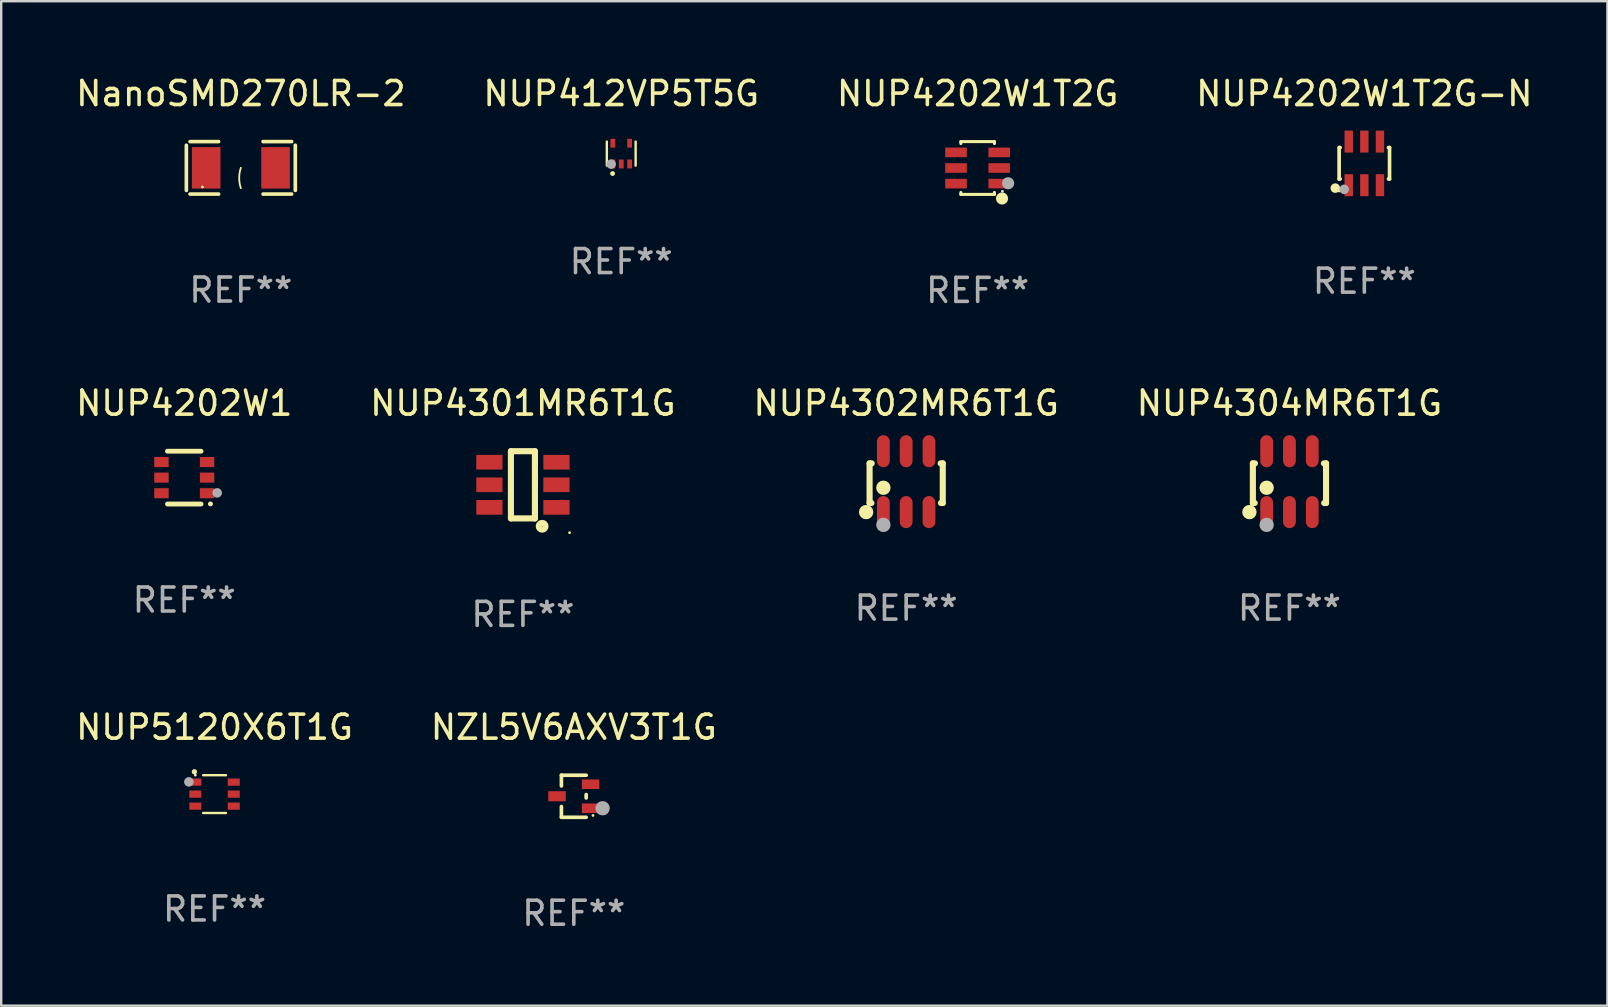
<source format=kicad_pcb>
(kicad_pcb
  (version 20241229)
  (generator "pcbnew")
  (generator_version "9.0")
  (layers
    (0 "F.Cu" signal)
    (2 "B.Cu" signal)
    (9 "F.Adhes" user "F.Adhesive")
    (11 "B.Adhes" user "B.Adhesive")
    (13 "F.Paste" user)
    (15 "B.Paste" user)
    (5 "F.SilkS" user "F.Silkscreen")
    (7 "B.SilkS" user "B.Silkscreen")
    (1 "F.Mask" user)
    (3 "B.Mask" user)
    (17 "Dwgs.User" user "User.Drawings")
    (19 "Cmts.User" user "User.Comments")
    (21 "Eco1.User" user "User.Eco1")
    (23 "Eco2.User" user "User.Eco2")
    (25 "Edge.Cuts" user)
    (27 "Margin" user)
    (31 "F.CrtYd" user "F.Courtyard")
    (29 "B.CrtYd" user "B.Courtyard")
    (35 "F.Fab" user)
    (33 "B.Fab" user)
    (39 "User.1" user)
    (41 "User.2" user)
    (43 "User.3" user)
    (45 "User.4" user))
  (footprint "NUP4202W1"
    (layer "F.Cu")
    (at 4.625 16.845)
    (property "Reference" "NUP4202W1" (at 0 -3.1 0) (layer "F.SilkS") (effects (font (size 1 1) (thickness 0.15))))
    (attr through_hole)
    (fp_line (start -0.7 -1.1) (end 0.7 -1.1) (stroke (width 0.2) (type solid)) (layer "F.SilkS"))
    (fp_line (start -0.7 1.1) (end 0.7 1.1) (stroke (width 0.2) (type solid)) (layer "F.SilkS"))
    (fp_arc (start 1.090932 1.094209) (mid 1.092202 1.094203) (end 1.093472 1.094209) (stroke (width 0.2) (type solid)) (layer "F.SilkS"))
    (fp_circle (center 1.053 1.1) (end 1.083 1.1) (stroke (width 0.06) (type solid)) (fill no) (layer "F.SilkS"))
    (fp_circle (center 1.372 0.635) (end 1.472 0.635) (stroke (width 0.2) (type solid)) (fill no) (layer "F.Fab"))
    (fp_text user "REF**" (at 0 5.1 0) (layer "F.Fab") (effects (font (size 1 1) (thickness 0.15))))
    (pad "1" smd rect (at 0.95 0.65 90) (size 0.42 0.6) (layers "F.Cu" "F.Mask" "F.Paste"))
    (pad "2" smd rect (at 0.95 0 90) (size 0.42 0.6) (layers "F.Cu" "F.Mask" "F.Paste"))
    (pad "3" smd rect (at 0.95 -0.65 90) (size 0.42 0.6) (layers "F.Cu" "F.Mask" "F.Paste"))
    (pad "4" smd rect (at -0.95 -0.65 270) (size 0.42 0.6) (layers "F.Cu" "F.Mask" "F.Paste"))
    (pad "5" smd rect (at -0.95 0 270) (size 0.42 0.6) (layers "F.Cu" "F.Mask" "F.Paste"))
    (pad "6" smd rect (at -0.95 0.65 270) (size 0.42 0.6) (layers "F.Cu" "F.Mask" "F.Paste")))
  (footprint "NUP4202W1T2G"
    (layer "F.Cu")
    (at 37.673 3.948)
    (property "Reference" "NUP4202W1T2G" (at 0 -3.1 0) (layer "F.SilkS") (effects (font (size 1 1) (thickness 0.15))))
    (attr through_hole)
    (fp_line (start -0.7 -1.018) (end -0.7 -1.1) (stroke (width 0.127) (type solid)) (layer "F.SilkS"))
    (fp_line (start -0.7 1.1) (end -0.7 1.018) (stroke (width 0.127) (type solid)) (layer "F.SilkS"))
    (fp_line (start 0.7 -1.1) (end -0.7 -1.1) (stroke (width 0.127) (type solid)) (layer "F.SilkS"))
    (fp_line (start 0.7 -1.018) (end 0.7 -1.1) (stroke (width 0.127) (type solid)) (layer "F.SilkS"))
    (fp_line (start 0.7 1.1) (end -0.7 1.1) (stroke (width 0.127) (type solid)) (layer "F.SilkS"))
    (fp_line (start 0.7 1.1) (end 0.7 1.018) (stroke (width 0.127) (type solid)) (layer "F.SilkS"))
    (fp_circle (center 1.016 1.27) (end 1.143 1.27) (stroke (width 0.254) (type solid)) (fill no) (layer "F.SilkS"))
    (fp_circle (center 1.032 0.97) (end 1.062 0.97) (stroke (width 0.06) (type solid)) (fill no) (layer "F.SilkS"))
    (fp_circle (center 1.27 0.635) (end 1.397 0.635) (stroke (width 0.254) (type solid)) (fill no) (layer "F.Fab"))
    (fp_text user "REF**" (at 0 5.1 0) (layer "F.Fab") (effects (font (size 1 1) (thickness 0.15))))
    (pad "1" smd rect (at 0.9 0.65 90) (size 0.4 0.9) (layers "F.Cu" "F.Mask" "F.Paste"))
    (pad "2" smd rect (at 0.9 -0.000102 90) (size 0.4 0.9) (layers "F.Cu" "F.Mask" "F.Paste"))
    (pad "3" smd rect (at 0.9 -0.65 90) (size 0.4 0.9) (layers "F.Cu" "F.Mask" "F.Paste"))
    (pad "4" smd rect (at -0.9 -0.65 90) (size 0.4 0.9) (layers "F.Cu" "F.Mask" "F.Paste"))
    (pad "5" smd rect (at -0.9 -0.000102 90) (size 0.4 0.9) (layers "F.Cu" "F.Mask" "F.Paste"))
    (pad "6" smd rect (at -0.9 0.65 90) (size 0.4 0.9) (layers "F.Cu" "F.Mask" "F.Paste")))
  (footprint "NUP4202W1T2G-N"
    (layer "F.Cu")
    (at 53.78 3.756)
    (property "Reference" "NUP4202W1T2G-N" (at 0 -2.908 0) (layer "F.SilkS") (effects (font (size 1 1) (thickness 0.15))))
    (attr through_hole)
    (fp_line (start -1.05 -0.66) (end -1.05 0.65) (stroke (width 0.152) (type solid)) (layer "F.SilkS"))
    (fp_line (start -1.05 0.65) (end -1.005 0.65) (stroke (width 0.152) (type solid)) (layer "F.SilkS"))
    (fp_line (start -1.005 -0.66) (end -1.04 -0.66) (stroke (width 0.152) (type solid)) (layer "F.SilkS"))
    (fp_line (start 1.005 0.65) (end 1.05 0.65) (stroke (width 0.152) (type solid)) (layer "F.SilkS"))
    (fp_line (start 1.05 -0.66) (end 1.005 -0.66) (stroke (width 0.152) (type solid)) (layer "F.SilkS"))
    (fp_line (start 1.05 0.65) (end 1.05 -0.66) (stroke (width 0.152) (type solid)) (layer "F.SilkS"))
    (fp_circle (center -1.21 1.03) (end -1.11 1.03) (stroke (width 0.2) (type solid)) (fill no) (layer "F.SilkS"))
    (fp_circle (center -1.05 1.15) (end -1.02 1.15) (stroke (width 0.06) (type solid)) (fill no) (layer "F.SilkS"))
    (fp_circle (center -0.84 1.08) (end -0.74 1.08) (stroke (width 0.2) (type solid)) (fill no) (layer "F.Fab"))
    (fp_text user "REF**" (at 0 4.908 0) (layer "F.Fab") (effects (font (size 1 1) (thickness 0.15))))
    (pad "1" smd rect (at -0.65 0.908) (size 0.35 0.916) (layers "F.Cu" "F.Mask" "F.Paste"))
    (pad "2" smd rect (at -0.000013 0.908) (size 0.35 0.916) (layers "F.Cu" "F.Mask" "F.Paste"))
    (pad "3" smd rect (at 0.65 0.908) (size 0.35 0.916) (layers "F.Cu" "F.Mask" "F.Paste"))
    (pad "4" smd rect (at 0.65 -0.908) (size 0.35 0.916) (layers "F.Cu" "F.Mask" "F.Paste"))
    (pad "5" smd rect (at -0.000013 -0.908) (size 0.35 0.916) (layers "F.Cu" "F.Mask" "F.Paste"))
    (pad "6" smd rect (at -0.65 -0.908) (size 0.35 0.916) (layers "F.Cu" "F.Mask" "F.Paste")))
  (footprint "NUP4301MR6T1G"
    (layer "F.Cu")
    (at 18.732 17.144)
    (property "Reference" "NUP4301MR6T1G" (at 0 -3.4 0) (layer "F.SilkS") (effects (font (size 1 1) (thickness 0.15))))
    (attr through_hole)
    (fp_line (start -0.5 -1.4) (end -0.5 1.4) (stroke (width 0.254) (type solid)) (layer "F.SilkS"))
    (fp_line (start -0.5 1.4) (end 0.5 1.4) (stroke (width 0.254) (type solid)) (layer "F.SilkS"))
    (fp_line (start 0.5 -1.4) (end -0.5 -1.4) (stroke (width 0.254) (type solid)) (layer "F.SilkS"))
    (fp_line (start 0.5 1.4) (end 0.5 -1.4) (stroke (width 0.254) (type solid)) (layer "F.SilkS"))
    (fp_circle (center 0.8 1.727) (end 0.941 1.727) (stroke (width 0.254) (type solid)) (fill no) (layer "F.SilkS"))
    (fp_circle (center 1.943 1.995) (end 1.973 1.995) (stroke (width 0.06) (type solid)) (fill no) (layer "F.SilkS"))
    (fp_text user "REF**" (at 0 5.4 0) (layer "F.Fab") (effects (font (size 1 1) (thickness 0.15))))
    (pad "1" smd rect (at 1.397 0.94 270) (size 0.61 1.092) (layers "F.Cu" "F.Mask" "F.Paste"))
    (pad "2" smd rect (at 1.397 0 270) (size 0.61 1.092) (layers "F.Cu" "F.Mask" "F.Paste"))
    (pad "3" smd rect (at 1.397 -0.94 270) (size 0.61 1.092) (layers "F.Cu" "F.Mask" "F.Paste"))
    (pad "4" smd rect (at -1.397 -0.94 270) (size 0.61 1.092) (layers "F.Cu" "F.Mask" "F.Paste"))
    (pad "5" smd rect (at -1.397 0 270) (size 0.61 1.092) (layers "F.Cu" "F.Mask" "F.Paste"))
    (pad "6" smd rect (at -1.397 0.94 270) (size 0.61 1.092) (layers "F.Cu" "F.Mask" "F.Paste")))
  (footprint "NUP412VP5T5G"
    (layer "F.Cu")
    (at 22.827 3.348)
    (property "Reference" "NUP412VP5T5G" (at 0 -2.5 0) (layer "F.SilkS") (effects (font (size 1 1) (thickness 0.15))))
    (attr through_hole)
    (fp_line (start -0.6 -0.5) (end -0.6 0.5) (stroke (width 0.1) (type solid)) (layer "F.SilkS"))
    (fp_line (start 0.6 -0.5) (end 0.6 0.5) (stroke (width 0.1) (type solid)) (layer "F.SilkS"))
    (fp_circle (center -0.5 0.494) (end -0.47 0.494) (stroke (width 0.06) (type solid)) (fill no) (layer "F.SilkS"))
    (fp_circle (center -0.36 0.83) (end -0.309 0.83) (stroke (width 0.1) (type solid)) (fill no) (layer "F.SilkS"))
    (fp_circle (center -0.419 0.439) (end -0.319 0.439) (stroke (width 0.2) (type solid)) (fill no) (layer "F.Fab"))
    (fp_text user "REF**" (at 0 4.5 0) (layer "F.Fab") (effects (font (size 1 1) (thickness 0.15))))
    (pad "1" smd rect (at -0.35 0.432 180) (size 0.2 0.37) (layers "F.Cu" "F.Mask" "F.Paste"))
    (pad "2" smd rect (at 0 0.432 180) (size 0.2 0.37) (layers "F.Cu" "F.Mask" "F.Paste"))
    (pad "3" smd rect (at 0.35 0.432 180) (size 0.2 0.37) (layers "F.Cu" "F.Mask" "F.Paste"))
    (pad "4" smd rect (at 0.35 -0.432 180) (size 0.2 0.37) (layers "F.Cu" "F.Mask" "F.Paste"))
    (pad "5" smd rect (at -0.35 -0.432 180) (size 0.2 0.37) (layers "F.Cu" "F.Mask" "F.Paste")))
  (footprint "NanoSMD270LR-2"
    (layer "F.Cu")
    (at 6.982 3.941)
    (property "Reference" "NanoSMD270LR-2" (at 0 -3.093 0) (layer "F.SilkS") (effects (font (size 1 1) (thickness 0.15))))
    (attr through_hole)
    (fp_line (start -2.269 -0.94) (end -2.269 0.94) (stroke (width 0.152) (type solid)) (layer "F.SilkS"))
    (fp_line (start -2.116 1.093) (end -0.926 1.093) (stroke (width 0.152) (type solid)) (layer "F.SilkS"))
    (fp_line (start -0.926 -1.093) (end -2.116 -1.093) (stroke (width 0.152) (type solid)) (layer "F.SilkS"))
    (fp_line (start 0.926 -1.093) (end 2.116 -1.093) (stroke (width 0.152) (type solid)) (layer "F.SilkS"))
    (fp_line (start 2.116 1.093) (end 0.926 1.093) (stroke (width 0.152) (type solid)) (layer "F.SilkS"))
    (fp_line (start 2.269 -0.94) (end 2.269 0.94) (stroke (width 0.152) (type solid)) (layer "F.SilkS"))
    (fp_arc (start 0 0.844951) (mid -0.068559 0.422475) (end 0 0) (stroke (width 0.0762) (type solid)) (layer "F.SilkS"))
    (fp_circle (center -1.6 0.8) (end -1.57 0.8) (stroke (width 0.06) (type solid)) (fill no) (layer "F.SilkS"))
    (fp_text user "REF**" (at 0 5.093 0) (layer "F.Fab") (effects (font (size 1 1) (thickness 0.15))))
    (pad "1" smd rect (at -1.445 0) (size 1.19 1.728) (layers "F.Cu" "F.Mask" "F.Paste"))
    (pad "2" smd rect (at 1.445 0) (size 1.19 1.728) (layers "F.Cu" "F.Mask" "F.Paste")))
  (footprint "NUP4302MR6T1G"
    (layer "F.Cu")
    (at 34.696 17.013)
    (property "Reference" "NUP4302MR6T1G" (at 0 -3.268 0) (layer "F.SilkS") (effects (font (size 1 1) (thickness 0.15))))
    (attr through_hole)
    (fp_line (start -1.524 -0.762) (end -1.524 0.889) (stroke (width 0.254) (type solid)) (layer "F.SilkS"))
    (fp_line (start -1.524 0.889) (end -1.447 0.889) (stroke (width 0.254) (type solid)) (layer "F.SilkS"))
    (fp_line (start -1.436 -0.762) (end -1.524 -0.762) (stroke (width 0.254) (type solid)) (layer "F.SilkS"))
    (fp_line (start 1.447 0.889) (end 1.524 0.889) (stroke (width 0.254) (type solid)) (layer "F.SilkS"))
    (fp_line (start 1.524 -0.762) (end 1.436 -0.762) (stroke (width 0.254) (type solid)) (layer "F.SilkS"))
    (fp_line (start 1.524 0.889) (end 1.524 -0.762) (stroke (width 0.254) (type solid)) (layer "F.SilkS"))
    (fp_circle (center -1.668 1.268) (end -1.518 1.268) (stroke (width 0.3) (type solid)) (fill no) (layer "F.SilkS"))
    (fp_circle (center -1.5 1.375) (end -1.47 1.375) (stroke (width 0.06) (type solid)) (fill no) (layer "F.SilkS"))
    (fp_circle (center -0.95 0.254) (end -0.8 0.254) (stroke (width 0.3) (type solid)) (fill no) (layer "F.SilkS"))
    (fp_circle (center -0.95 1.8) (end -0.8 1.8) (stroke (width 0.3) (type solid)) (fill no) (layer "F.Fab"))
    (fp_text user "REF**" (at 0 5.268 0) (layer "F.Fab") (effects (font (size 1 1) (thickness 0.15))))
    (pad "1" smd oval (at -0.95 1.268) (size 0.532 1.336) (layers "F.Cu" "F.Mask" "F.Paste"))
    (pad "2" smd oval (at 0 1.268) (size 0.532 1.336) (layers "F.Cu" "F.Mask" "F.Paste"))
    (pad "3" smd oval (at 0.95 1.268) (size 0.532 1.336) (layers "F.Cu" "F.Mask" "F.Paste"))
    (pad "4" smd oval (at 0.95 -1.268) (size 0.532 1.336) (layers "F.Cu" "F.Mask" "F.Paste"))
    (pad "5" smd oval (at 0 -1.268) (size 0.532 1.336) (layers "F.Cu" "F.Mask" "F.Paste"))
    (pad "6" smd oval (at -0.95 -1.268) (size 0.532 1.336) (layers "F.Cu" "F.Mask" "F.Paste")))
  (footprint "NUP5120X6T1G"
    (layer "F.Cu")
    (at 5.887 30.028)
    (property "Reference" "NUP5120X6T1G" (at 0 -2.787 0) (layer "F.SilkS") (effects (font (size 1 1) (thickness 0.15))))
    (attr through_hole)
    (fp_line (start 0.475 -0.787) (end -0.475 -0.787) (stroke (width 0.1) (type solid)) (layer "F.SilkS"))
    (fp_line (start 0.475 0.787) (end -0.475 0.787) (stroke (width 0.1) (type solid)) (layer "F.SilkS"))
    (fp_circle (center -0.84 -0.93) (end -0.78 -0.93) (stroke (width 0.102) (type solid)) (fill no) (layer "F.SilkS"))
    (fp_circle (center -0.8 -0.79) (end -0.77 -0.79) (stroke (width 0.06) (type solid)) (fill no) (layer "F.SilkS"))
    (fp_circle (center -1.07 -0.51) (end -0.97 -0.51) (stroke (width 0.2) (type solid)) (fill no) (layer "F.Fab"))
    (fp_text user "REF**" (at 0 4.787 0) (layer "F.Fab") (effects (font (size 1 1) (thickness 0.15))))
    (pad "1" smd rect (at -0.8 -0.499 270) (size 0.3 0.5) (layers "F.Cu" "F.Mask" "F.Paste"))
    (pad "2" smd rect (at -0.8 0.001 270) (size 0.3 0.5) (layers "F.Cu" "F.Mask" "F.Paste"))
    (pad "3" smd rect (at -0.8 0.501 270) (size 0.3 0.5) (layers "F.Cu" "F.Mask" "F.Paste"))
    (pad "4" smd rect (at 0.8 0.501 270) (size 0.3 0.5) (layers "F.Cu" "F.Mask" "F.Paste"))
    (pad "5" smd rect (at 0.8 0.001 270) (size 0.3 0.5) (layers "F.Cu" "F.Mask" "F.Paste"))
    (pad "6" smd rect (at 0.8 -0.499 270) (size 0.3 0.5) (layers "F.Cu" "F.Mask" "F.Paste")))
  (footprint "NZL5V6AXV3T1G"
    (layer "F.Cu")
    (at 20.851 30.117)
    (property "Reference" "NZL5V6AXV3T1G" (at 0 -2.876 0) (layer "F.SilkS") (effects (font (size 1 1) (thickness 0.15))))
    (attr through_hole)
    (fp_line (start -0.516 -0.876) (end -0.516 -0.429) (stroke (width 0.152) (type solid)) (layer "F.SilkS"))
    (fp_line (start -0.516 0.876) (end -0.516 0.429) (stroke (width 0.152) (type solid)) (layer "F.SilkS"))
    (fp_line (start 0.516 -0.876) (end -0.516 -0.876) (stroke (width 0.152) (type solid)) (layer "F.SilkS"))
    (fp_line (start 0.516 -0.071) (end 0.516 0.071) (stroke (width 0.152) (type solid)) (layer "F.SilkS"))
    (fp_line (start 0.516 0.876) (end -0.516 0.876) (stroke (width 0.152) (type solid)) (layer "F.SilkS"))
    (fp_circle (center 0.8 0.8) (end 0.83 0.8) (stroke (width 0.06) (type solid)) (fill no) (layer "F.SilkS"))
    (fp_circle (center 1.2 0.5) (end 1.35 0.5) (stroke (width 0.3) (type solid)) (fill no) (layer "F.Fab"))
    (fp_text user "REF**" (at 0 4.876 0) (layer "F.Fab") (effects (font (size 1 1) (thickness 0.15))))
    (pad "1" smd rect (at 0.7 0.5) (size 0.729 0.4) (layers "F.Cu" "F.Mask" "F.Paste"))
    (pad "2" smd rect (at 0.7 -0.5) (size 0.729 0.4) (layers "F.Cu" "F.Mask" "F.Paste"))
    (pad "3" smd rect (at -0.7 0) (size 0.729 0.42) (layers "F.Cu" "F.Mask" "F.Paste")))
  (footprint "NUP4304MR6T1G"
    (layer "F.Cu")
    (at 50.661 17.013)
    (property "Reference" "NUP4304MR6T1G" (at 0 -3.268 0) (layer "F.SilkS") (effects (font (size 1 1) (thickness 0.15))))
    (attr through_hole)
    (fp_line (start -1.524 -0.762) (end -1.524 0.889) (stroke (width 0.254) (type solid)) (layer "F.SilkS"))
    (fp_line (start -1.524 0.889) (end -1.447 0.889) (stroke (width 0.254) (type solid)) (layer "F.SilkS"))
    (fp_line (start -1.436 -0.762) (end -1.524 -0.762) (stroke (width 0.254) (type solid)) (layer "F.SilkS"))
    (fp_line (start 1.447 0.889) (end 1.524 0.889) (stroke (width 0.254) (type solid)) (layer "F.SilkS"))
    (fp_line (start 1.524 -0.762) (end 1.436 -0.762) (stroke (width 0.254) (type solid)) (layer "F.SilkS"))
    (fp_line (start 1.524 0.889) (end 1.524 -0.762) (stroke (width 0.254) (type solid)) (layer "F.SilkS"))
    (fp_circle (center -1.668 1.268) (end -1.518 1.268) (stroke (width 0.3) (type solid)) (fill no) (layer "F.SilkS"))
    (fp_circle (center -1.5 1.375) (end -1.47 1.375) (stroke (width 0.06) (type solid)) (fill no) (layer "F.SilkS"))
    (fp_circle (center -0.95 0.254) (end -0.8 0.254) (stroke (width 0.3) (type solid)) (fill no) (layer "F.SilkS"))
    (fp_circle (center -0.95 1.8) (end -0.8 1.8) (stroke (width 0.3) (type solid)) (fill no) (layer "F.Fab"))
    (fp_text user "REF**" (at 0 5.268 0) (layer "F.Fab") (effects (font (size 1 1) (thickness 0.15))))
    (pad "1" smd oval (at -0.95 1.268) (size 0.532 1.336) (layers "F.Cu" "F.Mask" "F.Paste"))
    (pad "2" smd oval (at 0 1.268) (size 0.532 1.336) (layers "F.Cu" "F.Mask" "F.Paste"))
    (pad "3" smd oval (at 0.95 1.268) (size 0.532 1.336) (layers "F.Cu" "F.Mask" "F.Paste"))
    (pad "4" smd oval (at 0.95 -1.268) (size 0.532 1.336) (layers "F.Cu" "F.Mask" "F.Paste"))
    (pad "5" smd oval (at 0 -1.268) (size 0.532 1.336) (layers "F.Cu" "F.Mask" "F.Paste"))
    (pad "6" smd oval (at -0.95 -1.268) (size 0.532 1.336) (layers "F.Cu" "F.Mask" "F.Paste")))
  (gr_rect
    (start -3 -3)
    (end 63.905 38.841)
    (stroke (width 0.1) (type default))
    (fill no)
    (layer "Edge.Cuts")))
</source>
